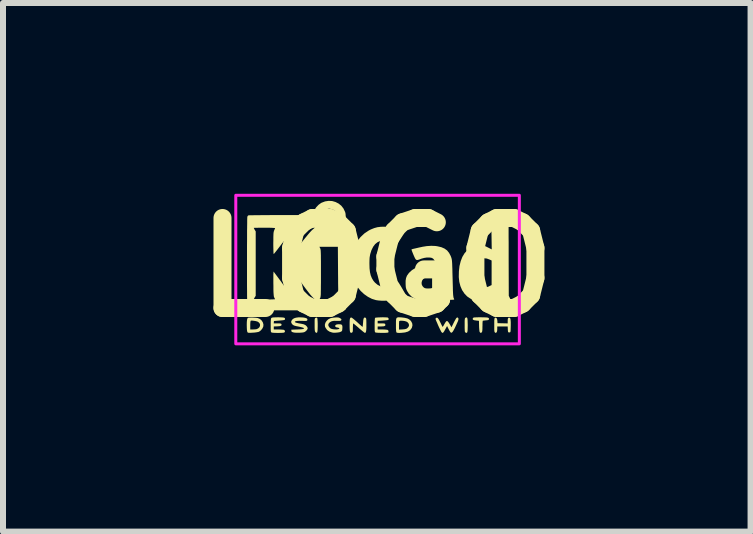
<source format=kicad_pcb>
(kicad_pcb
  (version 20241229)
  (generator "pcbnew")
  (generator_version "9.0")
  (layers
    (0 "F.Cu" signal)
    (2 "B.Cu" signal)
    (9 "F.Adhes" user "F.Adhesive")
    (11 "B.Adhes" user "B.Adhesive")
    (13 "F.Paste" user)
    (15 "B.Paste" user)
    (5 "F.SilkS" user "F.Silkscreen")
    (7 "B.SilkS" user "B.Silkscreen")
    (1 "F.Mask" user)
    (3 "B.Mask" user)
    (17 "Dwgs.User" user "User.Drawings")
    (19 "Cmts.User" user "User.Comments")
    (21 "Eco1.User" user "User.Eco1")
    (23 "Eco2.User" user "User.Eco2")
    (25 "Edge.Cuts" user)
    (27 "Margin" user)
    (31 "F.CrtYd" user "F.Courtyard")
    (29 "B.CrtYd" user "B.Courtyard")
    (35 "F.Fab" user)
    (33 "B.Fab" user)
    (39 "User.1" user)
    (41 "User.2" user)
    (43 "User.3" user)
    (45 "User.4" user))
  (footprint "LOGO"
    (layer "F.Cu")
    (at 3.229 1.404)
    (property "Reference" "LOGO" (at 0 0 0) (layer "F.SilkS") (effects (font (size 1.5 1.5) (thickness 0.3))))
    (attr board_only exclude_from_pos_files exclude_from_bom)
    (fp_poly (pts (xy -0.994 0.843) (xy -0.993 0.844) (xy -0.99 0.855) (xy -0.988 0.877) (xy -0.986 0.908) (xy -0.985 0.943) (xy -0.985 0.981) (xy -0.986 1.016) (xy -0.987 1.048) (xy -0.99 1.071) (xy -0.993 1.083) (xy -0.993 1.084) (xy -1.005 1.093) (xy -1.015 1.09) (xy -1.025 1.078) (xy -1.03 1.069) (xy -1.033 1.054) (xy -1.035 1.031) (xy -1.036 0.998) (xy -1.036 0.956) (xy -1.036 0.915) (xy -1.036 0.886) (xy -1.035 0.867) (xy -1.032 0.855) (xy -1.028 0.848) (xy -1.023 0.844) (xy -1.019 0.842) (xy -1.003 0.838)) (stroke (width 0) (type solid)) (fill yes) (layer "F.SilkS"))
    (fp_poly (pts (xy 1.5 0.836) (xy 1.507 0.845) (xy 1.511 0.862) (xy 1.513 0.889) (xy 1.514 0.929) (xy 1.515 0.963) (xy 1.514 1.012) (xy 1.513 1.048) (xy 1.51 1.073) (xy 1.505 1.087) (xy 1.497 1.093) (xy 1.487 1.092) (xy 1.477 1.086) (xy 1.472 1.082) (xy 1.468 1.075) (xy 1.466 1.061) (xy 1.465 1.04) (xy 1.464 1.009) (xy 1.464 0.966) (xy 1.464 0.964) (xy 1.464 0.92) (xy 1.464 0.889) (xy 1.466 0.868) (xy 1.468 0.855) (xy 1.471 0.847) (xy 1.476 0.842) (xy 1.479 0.84) (xy 1.491 0.835)) (stroke (width 0) (type solid)) (fill yes) (layer "F.SilkS"))
    (fp_poly (pts (xy 1.78 0.834) (xy 1.817 0.835) (xy 1.842 0.837) (xy 1.858 0.842) (xy 1.867 0.848) (xy 1.869 0.857) (xy 1.868 0.867) (xy 1.864 0.875) (xy 1.853 0.88) (xy 1.832 0.883) (xy 1.818 0.884) (xy 1.793 0.887) (xy 1.774 0.889) (xy 1.765 0.892) (xy 1.764 0.9) (xy 1.762 0.92) (xy 1.761 0.949) (xy 1.761 0.983) (xy 1.76 0.984) (xy 1.76 1.025) (xy 1.758 1.053) (xy 1.755 1.072) (xy 1.75 1.082) (xy 1.749 1.084) (xy 1.735 1.093) (xy 1.724 1.09) (xy 1.717 1.082) (xy 1.711 1.07) (xy 1.708 1.045) (xy 1.705 1.008) (xy 1.704 0.981) (xy 1.702 0.892) (xy 1.655 0.887) (xy 1.623 0.882) (xy 1.604 0.874) (xy 1.597 0.863) (xy 1.601 0.848) (xy 1.605 0.843) (xy 1.611 0.839) (xy 1.621 0.836) (xy 1.637 0.835) (xy 1.662 0.834) (xy 1.697 0.833) (xy 1.731 0.833)) (stroke (width 0) (type solid)) (fill yes) (layer "F.SilkS"))
    (fp_poly (pts (xy 0.39 0.834) (xy 0.413 0.835) (xy 0.466 0.842) (xy 0.508 0.852) (xy 0.541 0.869) (xy 0.566 0.892) (xy 0.57 0.897) (xy 0.589 0.932) (xy 0.594 0.967) (xy 0.585 1.004) (xy 0.58 1.015) (xy 0.555 1.048) (xy 0.52 1.071) (xy 0.473 1.085) (xy 0.459 1.087) (xy 0.412 1.092) (xy 0.374 1.094) (xy 0.345 1.092) (xy 0.329 1.087) (xy 0.328 1.086) (xy 0.324 1.076) (xy 0.321 1.054) (xy 0.319 1.019) (xy 0.319 0.973) (xy 0.37 0.973) (xy 0.37 1.038) (xy 0.428 1.035) (xy 0.463 1.032) (xy 0.488 1.026) (xy 0.504 1.018) (xy 0.505 1.017) (xy 0.528 0.993) (xy 0.537 0.967) (xy 0.532 0.941) (xy 0.513 0.917) (xy 0.506 0.911) (xy 0.489 0.903) (xy 0.465 0.896) (xy 0.438 0.892) (xy 0.411 0.89) (xy 0.389 0.891) (xy 0.376 0.895) (xy 0.373 0.897) (xy 0.372 0.909) (xy 0.37 0.93) (xy 0.37 0.959) (xy 0.37 0.973) (xy 0.319 0.973) (xy 0.319 0.971) (xy 0.319 0.963) (xy 0.319 0.916) (xy 0.32 0.881) (xy 0.324 0.858) (xy 0.331 0.843) (xy 0.344 0.836) (xy 0.363 0.833)) (stroke (width 0) (type solid)) (fill yes) (layer "F.SilkS"))
    (fp_poly (pts (xy 2.22 0.847) (xy 2.225 0.854) (xy 2.228 0.867) (xy 2.23 0.885) (xy 2.232 0.914) (xy 2.232 0.953) (xy 2.232 0.964) (xy 2.231 1.002) (xy 2.23 1.036) (xy 2.229 1.061) (xy 2.226 1.076) (xy 2.226 1.079) (xy 2.214 1.085) (xy 2.202 1.086) (xy 2.193 1.083) (xy 2.188 1.077) (xy 2.185 1.063) (xy 2.183 1.039) (xy 2.183 1.034) (xy 2.181 0.986) (xy 2.094 0.986) (xy 2.007 0.986) (xy 2.007 1.029) (xy 2.005 1.06) (xy 1.999 1.079) (xy 1.996 1.083) (xy 1.986 1.092) (xy 1.983 1.094) (xy 1.977 1.091) (xy 1.969 1.086) (xy 1.965 1.082) (xy 1.961 1.075) (xy 1.959 1.061) (xy 1.957 1.04) (xy 1.957 1.009) (xy 1.957 0.966) (xy 1.957 0.964) (xy 1.957 0.92) (xy 1.957 0.889) (xy 1.959 0.868) (xy 1.961 0.854) (xy 1.964 0.846) (xy 1.969 0.842) (xy 1.97 0.841) (xy 1.985 0.839) (xy 1.998 0.85) (xy 2.006 0.873) (xy 2.009 0.895) (xy 2.011 0.931) (xy 2.096 0.933) (xy 2.181 0.935) (xy 2.181 0.892) (xy 2.182 0.866) (xy 2.186 0.851) (xy 2.193 0.843) (xy 2.195 0.841) (xy 2.208 0.838)) (stroke (width 0) (type solid)) (fill yes) (layer "F.SilkS"))
    (fp_poly (pts (xy -2.08 0.837) (xy -2.045 0.839) (xy -2.013 0.841) (xy -1.987 0.845) (xy -1.98 0.847) (xy -1.945 0.863) (xy -1.917 0.889) (xy -1.898 0.921) (xy -1.889 0.956) (xy -1.892 0.988) (xy -1.907 1.02) (xy -1.931 1.05) (xy -1.96 1.072) (xy -1.966 1.075) (xy -1.982 1.079) (xy -2.009 1.084) (xy -2.042 1.088) (xy -2.076 1.09) (xy -2.108 1.092) (xy -2.134 1.091) (xy -2.146 1.09) (xy -2.154 1.084) (xy -2.16 1.069) (xy -2.164 1.045) (xy -2.166 1.01) (xy -2.167 0.965) (xy -2.109 0.965) (xy -2.109 1.036) (xy -2.07 1.036) (xy -2.043 1.035) (xy -2.018 1.033) (xy -2.008 1.032) (xy -1.979 1.02) (xy -1.958 1.001) (xy -1.947 0.978) (xy -1.946 0.953) (xy -1.956 0.929) (xy -1.978 0.91) (xy -1.981 0.908) (xy -2 0.901) (xy -2.025 0.895) (xy -2.054 0.891) (xy -2.079 0.888) (xy -2.097 0.889) (xy -2.1 0.89) (xy -2.104 0.897) (xy -2.107 0.915) (xy -2.109 0.946) (xy -2.109 0.965) (xy -2.167 0.965) (xy -2.167 0.961) (xy -2.167 0.953) (xy -2.166 0.91) (xy -2.163 0.878) (xy -2.158 0.858) (xy -2.157 0.855) (xy -2.152 0.847) (xy -2.146 0.841) (xy -2.134 0.839) (xy -2.114 0.838) (xy -2.084 0.837)) (stroke (width 0) (type solid)) (fill yes) (layer "F.SilkS"))
    (fp_poly (pts (xy 0.134 0.834) (xy 0.161 0.835) (xy 0.18 0.837) (xy 0.185 0.839) (xy 0.196 0.852) (xy 0.198 0.867) (xy 0.193 0.875) (xy 0.183 0.879) (xy 0.162 0.882) (xy 0.132 0.885) (xy 0.1 0.888) (xy 0.014 0.893) (xy 0.014 0.914) (xy 0.014 0.935) (xy 0.076 0.935) (xy 0.106 0.935) (xy 0.124 0.937) (xy 0.135 0.94) (xy 0.14 0.946) (xy 0.141 0.95) (xy 0.143 0.966) (xy 0.135 0.976) (xy 0.117 0.983) (xy 0.086 0.985) (xy 0.072 0.986) (xy 0.014 0.986) (xy 0.014 1.011) (xy 0.014 1.036) (xy 0.091 1.036) (xy 0.124 1.037) (xy 0.153 1.039) (xy 0.174 1.042) (xy 0.182 1.044) (xy 0.192 1.055) (xy 0.195 1.07) (xy 0.193 1.084) (xy 0.187 1.088) (xy 0.173 1.09) (xy 0.149 1.092) (xy 0.117 1.093) (xy 0.083 1.093) (xy 0.048 1.092) (xy 0.017 1.091) (xy -0.007 1.089) (xy -0.02 1.087) (xy -0.02 1.087) (xy -0.026 1.084) (xy -0.03 1.079) (xy -0.033 1.07) (xy -0.035 1.055) (xy -0.036 1.032) (xy -0.036 0.998) (xy -0.036 0.966) (xy -0.036 0.915) (xy -0.034 0.879) (xy -0.032 0.855) (xy -0.028 0.843) (xy -0.028 0.842) (xy -0.017 0.839) (xy 0.004 0.837) (xy 0.033 0.835) (xy 0.066 0.834) (xy 0.101 0.833)) (stroke (width 0) (type solid)) (fill yes) (layer "F.SilkS"))
    (fp_poly (pts (xy -1.601 0.834) (xy -1.568 0.836) (xy -1.547 0.839) (xy -1.535 0.845) (xy -1.53 0.854) (xy -1.53 0.866) (xy -1.53 0.867) (xy -1.533 0.873) (xy -1.541 0.877) (xy -1.555 0.881) (xy -1.579 0.884) (xy -1.615 0.887) (xy -1.623 0.888) (xy -1.714 0.895) (xy -1.716 0.915) (xy -1.718 0.935) (xy -1.656 0.935) (xy -1.625 0.935) (xy -1.605 0.937) (xy -1.594 0.941) (xy -1.589 0.947) (xy -1.589 0.947) (xy -1.587 0.962) (xy -1.595 0.973) (xy -1.614 0.98) (xy -1.645 0.983) (xy -1.658 0.984) (xy -1.717 0.986) (xy -1.717 1.011) (xy -1.717 1.036) (xy -1.642 1.036) (xy -1.608 1.037) (xy -1.578 1.039) (xy -1.556 1.041) (xy -1.548 1.043) (xy -1.533 1.055) (xy -1.53 1.07) (xy -1.538 1.083) (xy -1.543 1.087) (xy -1.556 1.09) (xy -1.58 1.092) (xy -1.611 1.093) (xy -1.646 1.094) (xy -1.682 1.093) (xy -1.713 1.092) (xy -1.738 1.09) (xy -1.752 1.087) (xy -1.758 1.084) (xy -1.762 1.079) (xy -1.765 1.07) (xy -1.767 1.055) (xy -1.768 1.032) (xy -1.768 0.997) (xy -1.768 0.968) (xy -1.768 0.924) (xy -1.767 0.892) (xy -1.765 0.87) (xy -1.763 0.856) (xy -1.759 0.847) (xy -1.757 0.845) (xy -1.749 0.84) (xy -1.737 0.837) (xy -1.717 0.835) (xy -1.687 0.834) (xy -1.645 0.833) (xy -1.645 0.833)) (stroke (width 0) (type solid)) (fill yes) (layer "F.SilkS"))
    (fp_poly (pts (xy -0.639 0.837) (xy -0.621 0.843) (xy -0.616 0.846) (xy -0.597 0.858) (xy -0.589 0.869) (xy -0.593 0.882) (xy -0.594 0.884) (xy -0.601 0.889) (xy -0.613 0.892) (xy -0.635 0.893) (xy -0.666 0.893) (xy -0.702 0.892) (xy -0.728 0.894) (xy -0.748 0.899) (xy -0.763 0.904) (xy -0.791 0.923) (xy -0.807 0.945) (xy -0.808 0.97) (xy -0.796 0.995) (xy -0.774 1.017) (xy -0.755 1.026) (xy -0.73 1.032) (xy -0.701 1.035) (xy -0.673 1.036) (xy -0.648 1.033) (xy -0.631 1.028) (xy -0.623 1.019) (xy -0.623 1.019) (xy -0.63 1.011) (xy -0.649 1.005) (xy -0.655 1.004) (xy -0.678 0.999) (xy -0.69 0.99) (xy -0.693 0.984) (xy -0.692 0.967) (xy -0.678 0.956) (xy -0.651 0.95) (xy -0.63 0.949) (xy -0.602 0.951) (xy -0.585 0.957) (xy -0.576 0.971) (xy -0.573 0.994) (xy -0.574 1.015) (xy -0.576 1.041) (xy -0.579 1.056) (xy -0.586 1.066) (xy -0.598 1.073) (xy -0.621 1.082) (xy -0.653 1.087) (xy -0.689 1.09) (xy -0.724 1.09) (xy -0.744 1.087) (xy -0.791 1.071) (xy -0.827 1.046) (xy -0.853 1.01) (xy -0.863 0.989) (xy -0.866 0.958) (xy -0.857 0.925) (xy -0.838 0.895) (xy -0.812 0.869) (xy -0.779 0.851) (xy -0.77 0.848) (xy -0.748 0.843) (xy -0.719 0.839) (xy -0.692 0.836) (xy -0.661 0.835)) (stroke (width 0) (type solid)) (fill yes) (layer "F.SilkS"))
    (fp_poly (pts (xy 1.351 0.84) (xy 1.358 0.848) (xy 1.361 0.86) (xy 1.359 0.875) (xy 1.352 0.898) (xy 1.338 0.929) (xy 1.319 0.971) (xy 1.296 1.019) (xy 1.277 1.054) (xy 1.262 1.077) (xy 1.249 1.089) (xy 1.238 1.09) (xy 1.226 1.081) (xy 1.214 1.062) (xy 1.199 1.034) (xy 1.198 1.033) (xy 1.171 0.979) (xy 1.142 1.031) (xy 1.124 1.064) (xy 1.11 1.084) (xy 1.099 1.093) (xy 1.089 1.091) (xy 1.079 1.081) (xy 1.072 1.071) (xy 1.063 1.053) (xy 1.05 1.027) (xy 1.035 0.996) (xy 1.02 0.963) (xy 1.006 0.929) (xy 0.993 0.9) (xy 0.983 0.876) (xy 0.979 0.862) (xy 0.978 0.859) (xy 0.984 0.847) (xy 0.992 0.841) (xy 1.003 0.839) (xy 1.014 0.845) (xy 1.027 0.86) (xy 1.042 0.886) (xy 1.061 0.924) (xy 1.065 0.932) (xy 1.078 0.959) (xy 1.088 0.979) (xy 1.095 0.991) (xy 1.097 0.993) (xy 1.102 0.987) (xy 1.112 0.972) (xy 1.124 0.95) (xy 1.126 0.947) (xy 1.14 0.923) (xy 1.153 0.905) (xy 1.163 0.896) (xy 1.163 0.896) (xy 1.174 0.896) (xy 1.186 0.906) (xy 1.202 0.927) (xy 1.222 0.96) (xy 1.222 0.96) (xy 1.244 1) (xy 1.277 0.933) (xy 1.292 0.903) (xy 1.307 0.876) (xy 1.319 0.855) (xy 1.324 0.848) (xy 1.336 0.837) (xy 1.344 0.836)) (stroke (width 0) (type solid)) (fill yes) (layer "F.SilkS"))
    (fp_poly (pts (xy -1.231 0.836) (xy -1.195 0.842) (xy -1.169 0.851) (xy -1.157 0.864) (xy -1.157 0.88) (xy -1.158 0.882) (xy -1.163 0.888) (xy -1.17 0.892) (xy -1.183 0.894) (xy -1.204 0.894) (xy -1.235 0.893) (xy -1.248 0.893) (xy -1.295 0.892) (xy -1.33 0.894) (xy -1.354 0.899) (xy -1.366 0.905) (xy -1.364 0.913) (xy -1.36 0.917) (xy -1.346 0.923) (xy -1.323 0.929) (xy -1.296 0.935) (xy -1.295 0.935) (xy -1.264 0.94) (xy -1.235 0.946) (xy -1.215 0.951) (xy -1.19 0.963) (xy -1.169 0.982) (xy -1.155 1.004) (xy -1.152 1.018) (xy -1.158 1.035) (xy -1.173 1.055) (xy -1.193 1.072) (xy -1.21 1.081) (xy -1.231 1.086) (xy -1.262 1.089) (xy -1.298 1.091) (xy -1.335 1.091) (xy -1.368 1.089) (xy -1.391 1.085) (xy -1.412 1.078) (xy -1.421 1.071) (xy -1.424 1.059) (xy -1.424 1.058) (xy -1.424 1.04) (xy -1.325 1.036) (xy -1.279 1.034) (xy -1.245 1.031) (xy -1.224 1.027) (xy -1.217 1.024) (xy -1.214 1.017) (xy -1.22 1.01) (xy -1.237 1.004) (xy -1.266 0.996) (xy -1.308 0.987) (xy -1.314 0.986) (xy -1.349 0.979) (xy -1.374 0.972) (xy -1.391 0.964) (xy -1.405 0.954) (xy -1.406 0.953) (xy -1.424 0.928) (xy -1.427 0.904) (xy -1.415 0.879) (xy -1.407 0.87) (xy -1.382 0.851) (xy -1.348 0.84) (xy -1.305 0.834) (xy -1.279 0.834)) (stroke (width 0) (type solid)) (fill yes) (layer "F.SilkS"))
    (fp_poly (pts (xy -0.411 0.844) (xy -0.401 0.852) (xy -0.384 0.865) (xy -0.361 0.885) (xy -0.333 0.909) (xy -0.307 0.933) (xy -0.282 0.956) (xy -0.26 0.975) (xy -0.245 0.988) (xy -0.238 0.993) (xy -0.238 0.993) (xy -0.236 0.986) (xy -0.233 0.968) (xy -0.231 0.942) (xy -0.229 0.922) (xy -0.226 0.882) (xy -0.22 0.855) (xy -0.212 0.841) (xy -0.201 0.837) (xy -0.187 0.841) (xy -0.182 0.845) (xy -0.179 0.852) (xy -0.176 0.864) (xy -0.175 0.884) (xy -0.174 0.913) (xy -0.174 0.954) (xy -0.174 0.959) (xy -0.174 1.009) (xy -0.176 1.046) (xy -0.18 1.071) (xy -0.185 1.086) (xy -0.193 1.092) (xy -0.203 1.091) (xy -0.207 1.089) (xy -0.217 1.081) (xy -0.236 1.066) (xy -0.261 1.045) (xy -0.29 1.021) (xy -0.304 1.008) (xy -0.333 0.983) (xy -0.359 0.961) (xy -0.379 0.945) (xy -0.391 0.936) (xy -0.393 0.935) (xy -0.395 0.942) (xy -0.397 0.96) (xy -0.398 0.986) (xy -0.399 1.007) (xy -0.399 1.041) (xy -0.4 1.062) (xy -0.403 1.076) (xy -0.407 1.083) (xy -0.413 1.087) (xy -0.426 1.093) (xy -0.434 1.091) (xy -0.443 1.082) (xy -0.447 1.073) (xy -0.45 1.056) (xy -0.452 1.029) (xy -0.453 0.991) (xy -0.453 0.963) (xy -0.453 0.92) (xy -0.452 0.889) (xy -0.45 0.869) (xy -0.447 0.855) (xy -0.443 0.846) (xy -0.441 0.843) (xy -0.432 0.837) (xy -0.424 0.837)) (stroke (width 0) (type solid)) (fill yes) (layer "F.SilkS"))
    (fp_poly (pts (xy 0.16 -0.675) (xy 0.191 -0.673) (xy 0.22 -0.667) (xy 0.251 -0.659) (xy 0.265 -0.654) (xy 0.298 -0.643) (xy 0.333 -0.629) (xy 0.368 -0.615) (xy 0.401 -0.601) (xy 0.428 -0.588) (xy 0.447 -0.578) (xy 0.456 -0.571) (xy 0.456 -0.57) (xy 0.453 -0.563) (xy 0.442 -0.546) (xy 0.427 -0.522) (xy 0.409 -0.494) (xy 0.389 -0.464) (xy 0.369 -0.434) (xy 0.351 -0.408) (xy 0.336 -0.386) (xy 0.326 -0.373) (xy 0.322 -0.37) (xy 0.315 -0.374) (xy 0.3 -0.384) (xy 0.279 -0.399) (xy 0.276 -0.401) (xy 0.234 -0.427) (xy 0.193 -0.443) (xy 0.148 -0.449) (xy 0.114 -0.448) (xy 0.059 -0.439) (xy 0.012 -0.418) (xy -0.028 -0.386) (xy -0.061 -0.342) (xy -0.089 -0.286) (xy -0.109 -0.222) (xy -0.115 -0.192) (xy -0.12 -0.161) (xy -0.122 -0.125) (xy -0.123 -0.079) (xy -0.123 -0.058) (xy -0.121 0.018) (xy -0.114 0.081) (xy -0.101 0.136) (xy -0.082 0.182) (xy -0.057 0.224) (xy -0.031 0.255) (xy 0.013 0.292) (xy 0.062 0.317) (xy 0.115 0.328) (xy 0.169 0.326) (xy 0.225 0.311) (xy 0.28 0.283) (xy 0.317 0.257) (xy 0.347 0.232) (xy 0.361 0.252) (xy 0.373 0.27) (xy 0.388 0.295) (xy 0.406 0.324) (xy 0.424 0.355) (xy 0.441 0.385) (xy 0.456 0.411) (xy 0.466 0.431) (xy 0.471 0.441) (xy 0.471 0.442) (xy 0.465 0.449) (xy 0.447 0.46) (xy 0.421 0.474) (xy 0.39 0.49) (xy 0.355 0.505) (xy 0.319 0.52) (xy 0.285 0.533) (xy 0.256 0.542) (xy 0.238 0.547) (xy 0.19 0.553) (xy 0.136 0.557) (xy 0.079 0.557) (xy 0.026 0.553) (xy -0.014 0.547) (xy -0.082 0.526) (xy -0.148 0.492) (xy -0.212 0.447) (xy -0.269 0.394) (xy -0.319 0.333) (xy -0.327 0.321) (xy -0.368 0.246) (xy -0.399 0.163) (xy -0.419 0.075) (xy -0.429 -0.016) (xy -0.429 -0.108) (xy -0.418 -0.198) (xy -0.397 -0.285) (xy -0.365 -0.366) (xy -0.326 -0.436) (xy -0.27 -0.505) (xy -0.206 -0.565) (xy -0.134 -0.613) (xy -0.099 -0.631) (xy -0.044 -0.653) (xy 0.01 -0.668) (xy 0.068 -0.675) (xy 0.12 -0.676)) (stroke (width 0) (type solid)) (fill yes) (layer "F.SilkS"))
    (fp_poly (pts (xy 2.094 -0.732) (xy 2.135 -0.731) (xy 2.164 -0.73) (xy 2.183 -0.728) (xy 2.193 -0.726) (xy 2.196 -0.723) (xy 2.196 -0.714) (xy 2.196 -0.692) (xy 2.196 -0.658) (xy 2.196 -0.613) (xy 2.196 -0.557) (xy 2.196 -0.493) (xy 2.197 -0.42) (xy 2.197 -0.341) (xy 2.197 -0.256) (xy 2.197 -0.166) (xy 2.197 -0.12) (xy 2.199 0.475) (xy 2.215 0.509) (xy 2.231 0.544) (xy 2.079 0.544) (xy 1.928 0.544) (xy 1.928 0.511) (xy 1.928 0.478) (xy 1.894 0.501) (xy 1.866 0.517) (xy 1.836 0.533) (xy 1.823 0.538) (xy 1.79 0.547) (xy 1.748 0.553) (xy 1.703 0.555) (xy 1.661 0.554) (xy 1.626 0.549) (xy 1.623 0.548) (xy 1.561 0.523) (xy 1.506 0.486) (xy 1.46 0.438) (xy 1.421 0.38) (xy 1.393 0.314) (xy 1.374 0.241) (xy 1.366 0.163) (xy 1.367 0.112) (xy 1.663 0.112) (xy 1.663 0.156) (xy 1.664 0.188) (xy 1.665 0.212) (xy 1.668 0.229) (xy 1.672 0.244) (xy 1.678 0.258) (xy 1.684 0.27) (xy 1.708 0.306) (xy 1.738 0.329) (xy 1.775 0.339) (xy 1.817 0.336) (xy 1.864 0.32) (xy 1.872 0.316) (xy 1.913 0.296) (xy 1.913 0.091) (xy 1.913 -0.113) (xy 1.879 -0.129) (xy 1.833 -0.146) (xy 1.791 -0.15) (xy 1.753 -0.142) (xy 1.721 -0.122) (xy 1.708 -0.108) (xy 1.692 -0.083) (xy 1.68 -0.056) (xy 1.672 -0.024) (xy 1.666 0.014) (xy 1.664 0.062) (xy 1.663 0.112) (xy 1.367 0.112) (xy 1.368 0.067) (xy 1.378 -0.022) (xy 1.398 -0.102) (xy 1.425 -0.172) (xy 1.461 -0.232) (xy 1.504 -0.282) (xy 1.555 -0.319) (xy 1.571 -0.328) (xy 1.591 -0.337) (xy 1.608 -0.344) (xy 1.625 -0.348) (xy 1.645 -0.35) (xy 1.673 -0.351) (xy 1.711 -0.351) (xy 1.715 -0.351) (xy 1.81 -0.351) (xy 1.862 -0.325) (xy 1.915 -0.298) (xy 1.912 -0.492) (xy 1.911 -0.551) (xy 1.91 -0.598) (xy 1.909 -0.633) (xy 1.907 -0.66) (xy 1.905 -0.678) (xy 1.903 -0.692) (xy 1.899 -0.701) (xy 1.897 -0.705) (xy 1.888 -0.72) (xy 1.884 -0.728) (xy 1.884 -0.728) (xy 1.891 -0.729) (xy 1.91 -0.73) (xy 1.94 -0.731) (xy 1.978 -0.732) (xy 2.022 -0.732) (xy 2.04 -0.732)) (stroke (width 0) (type solid)) (fill yes) (layer "F.SilkS"))
    (fp_poly (pts (xy 0.979 -0.355) (xy 1.01 -0.35) (xy 1.075 -0.335) (xy 1.128 -0.312) (xy 1.171 -0.281) (xy 1.204 -0.24) (xy 1.231 -0.189) (xy 1.24 -0.165) (xy 1.244 -0.153) (xy 1.247 -0.141) (xy 1.25 -0.126) (xy 1.252 -0.109) (xy 1.254 -0.086) (xy 1.256 -0.056) (xy 1.257 -0.019) (xy 1.259 0.027) (xy 1.26 0.085) (xy 1.262 0.155) (xy 1.263 0.185) (xy 1.265 0.264) (xy 1.267 0.331) (xy 1.268 0.385) (xy 1.27 0.428) (xy 1.272 0.461) (xy 1.275 0.484) (xy 1.277 0.5) (xy 1.28 0.51) (xy 1.28 0.51) (xy 1.287 0.527) (xy 1.29 0.537) (xy 1.29 0.537) (xy 1.283 0.539) (xy 1.264 0.541) (xy 1.234 0.542) (xy 1.197 0.543) (xy 1.154 0.543) (xy 1.145 0.544) (xy 1 0.544) (xy 0.999 0.516) (xy 0.999 0.497) (xy 0.999 0.485) (xy 0.999 0.484) (xy 0.996 0.478) (xy 0.987 0.481) (xy 0.979 0.489) (xy 0.961 0.504) (xy 0.933 0.52) (xy 0.901 0.535) (xy 0.868 0.546) (xy 0.865 0.547) (xy 0.819 0.555) (xy 0.769 0.557) (xy 0.721 0.553) (xy 0.696 0.548) (xy 0.632 0.523) (xy 0.579 0.488) (xy 0.535 0.443) (xy 0.506 0.397) (xy 0.495 0.374) (xy 0.488 0.353) (xy 0.483 0.331) (xy 0.481 0.301) (xy 0.48 0.279) (xy 0.48 0.264) (xy 0.746 0.264) (xy 0.75 0.291) (xy 0.762 0.314) (xy 0.766 0.319) (xy 0.783 0.337) (xy 0.8 0.347) (xy 0.822 0.352) (xy 0.853 0.353) (xy 0.867 0.353) (xy 0.896 0.351) (xy 0.916 0.347) (xy 0.932 0.34) (xy 0.947 0.329) (xy 0.975 0.306) (xy 0.977 0.228) (xy 0.979 0.15) (xy 0.907 0.154) (xy 0.871 0.156) (xy 0.845 0.159) (xy 0.826 0.165) (xy 0.808 0.173) (xy 0.803 0.176) (xy 0.772 0.198) (xy 0.754 0.223) (xy 0.747 0.252) (xy 0.746 0.264) (xy 0.48 0.264) (xy 0.48 0.224) (xy 0.487 0.18) (xy 0.502 0.141) (xy 0.526 0.106) (xy 0.55 0.079) (xy 0.589 0.045) (xy 0.633 0.018) (xy 0.684 -0.003) (xy 0.743 -0.018) (xy 0.813 -0.028) (xy 0.889 -0.034) (xy 0.986 -0.038) (xy 0.981 -0.065) (xy 0.968 -0.105) (xy 0.944 -0.138) (xy 0.932 -0.148) (xy 0.908 -0.159) (xy 0.874 -0.163) (xy 0.833 -0.163) (xy 0.789 -0.156) (xy 0.745 -0.144) (xy 0.739 -0.142) (xy 0.706 -0.129) (xy 0.681 -0.122) (xy 0.664 -0.122) (xy 0.651 -0.129) (xy 0.639 -0.146) (xy 0.626 -0.173) (xy 0.611 -0.207) (xy 0.598 -0.239) (xy 0.587 -0.267) (xy 0.58 -0.287) (xy 0.578 -0.298) (xy 0.579 -0.298) (xy 0.588 -0.302) (xy 0.607 -0.307) (xy 0.633 -0.313) (xy 0.638 -0.314) (xy 0.672 -0.322) (xy 0.712 -0.331) (xy 0.751 -0.339) (xy 0.757 -0.341) (xy 0.832 -0.353) (xy 0.907 -0.358)) (stroke (width 0) (type solid)) (fill yes) (layer "F.SilkS"))
    (fp_poly (pts (xy -0.744 -1.104) (xy -0.688 -1.088) (xy -0.637 -1.062) (xy -0.592 -1.026) (xy -0.556 -0.98) (xy -0.53 -0.925) (xy -0.529 -0.924) (xy -0.527 -0.917) (xy -0.525 -0.91) (xy -0.523 -0.901) (xy -0.521 -0.891) (xy -0.52 -0.877) (xy -0.519 -0.859) (xy -0.518 -0.837) (xy -0.517 -0.81) (xy -0.516 -0.776) (xy -0.516 -0.735) (xy -0.515 -0.686) (xy -0.515 -0.628) (xy -0.515 -0.56) (xy -0.515 -0.482) (xy -0.515 -0.392) (xy -0.515 -0.29) (xy -0.515 -0.175) (xy -0.515 -0.093) (xy -0.515 0.695) (xy -0.531 0.706) (xy -0.534 0.708) (xy -0.541 0.71) (xy -0.55 0.711) (xy -0.564 0.712) (xy -0.582 0.713) (xy -0.607 0.714) (xy -0.638 0.715) (xy -0.676 0.716) (xy -0.722 0.716) (xy -0.777 0.717) (xy -0.842 0.717) (xy -0.917 0.717) (xy -1.004 0.717) (xy -1.103 0.717) (xy -1.214 0.717) (xy -1.339 0.717) (xy -1.346 0.717) (xy -2.145 0.717) (xy -2.154 0.701) (xy -2.155 0.696) (xy -2.157 0.685) (xy -2.158 0.668) (xy -2.159 0.645) (xy -2.16 0.613) (xy -2.161 0.574) (xy -2.161 0.525) (xy -2.162 0.467) (xy -2.162 0.398) (xy -2.163 0.318) (xy -2.163 0.226) (xy -2.163 0.122) (xy -2.163 0.004) (xy -2.163 -0.069) (xy -2.163 -0.172) (xy -2.163 -0.272) (xy -2.163 -0.367) (xy -2.162 -0.456) (xy -2.162 -0.539) (xy -2.162 -0.613) (xy -2.161 -0.656) (xy -2.051 -0.656) (xy -2.047 -0.649) (xy -2.039 -0.633) (xy -2.035 -0.625) (xy -2.018 -0.598) (xy -2.018 -0.062) (xy -2.018 0.475) (xy -2.035 0.502) (xy -2.044 0.52) (xy -2.05 0.531) (xy -2.051 0.533) (xy -2.044 0.534) (xy -2.024 0.535) (xy -1.994 0.535) (xy -1.956 0.536) (xy -1.911 0.536) (xy -1.873 0.536) (xy -1.824 0.536) (xy -1.78 0.536) (xy -1.744 0.535) (xy -1.716 0.534) (xy -1.7 0.533) (xy -1.696 0.532) (xy -1.699 0.524) (xy -1.707 0.508) (xy -1.708 0.505) (xy -1.713 0.496) (xy -1.716 0.483) (xy -1.718 0.466) (xy -1.72 0.442) (xy -1.722 0.41) (xy -1.723 0.366) (xy -1.723 0.312) (xy -1.724 0.261) (xy -1.724 0.213) (xy -1.724 0.171) (xy -1.724 0.137) (xy -1.724 0.113) (xy -1.723 0.106) (xy -1.721 0.07) (xy -1.651 0.164) (xy -1.6 0.233) (xy -1.558 0.291) (xy -1.522 0.341) (xy -1.494 0.382) (xy -1.473 0.416) (xy -1.456 0.444) (xy -1.445 0.467) (xy -1.438 0.487) (xy -1.435 0.503) (xy -1.435 0.511) (xy -1.435 0.536) (xy -1.234 0.536) (xy -1.033 0.536) (xy -0.957 0.536) (xy -0.79 0.536) (xy -0.743 0.536) (xy -0.7 0.536) (xy -0.666 0.535) (xy -0.64 0.534) (xy -0.626 0.533) (xy -0.623 0.532) (xy -0.626 0.524) (xy -0.633 0.509) (xy -0.636 0.502) (xy -0.637 0.491) (xy -0.639 0.473) (xy -0.641 0.449) (xy -0.642 0.417) (xy -0.643 0.376) (xy -0.644 0.325) (xy -0.645 0.262) (xy -0.645 0.188) (xy -0.646 0.101) (xy -0.646 0.074) (xy -0.649 -0.341) (xy -0.803 -0.341) (xy -0.957 -0.341) (xy -0.944 -0.317) (xy -0.941 -0.311) (xy -0.939 -0.303) (xy -0.937 -0.293) (xy -0.935 -0.278) (xy -0.934 -0.258) (xy -0.933 -0.232) (xy -0.932 -0.198) (xy -0.932 -0.155) (xy -0.931 -0.102) (xy -0.931 -0.038) (xy -0.931 0.038) (xy -0.931 0.098) (xy -0.931 0.184) (xy -0.931 0.256) (xy -0.932 0.316) (xy -0.932 0.366) (xy -0.933 0.406) (xy -0.933 0.437) (xy -0.934 0.461) (xy -0.936 0.479) (xy -0.938 0.492) (xy -0.94 0.502) (xy -0.942 0.509) (xy -0.944 0.513) (xy -0.957 0.536) (xy -1.033 0.536) (xy -1.07 0.498) (xy -1.087 0.48) (xy -1.107 0.457) (xy -1.13 0.428) (xy -1.157 0.393) (xy -1.189 0.351) (xy -1.226 0.301) (xy -1.269 0.242) (xy -1.318 0.173) (xy -1.375 0.094) (xy -1.404 0.053) (xy -1.435 0.009) (xy -1.459 -0.025) (xy -1.476 -0.05) (xy -1.487 -0.067) (xy -1.495 -0.08) (xy -1.498 -0.088) (xy -1.5 -0.094) (xy -1.5 -0.097) (xy -1.496 -0.104) (xy -1.483 -0.122) (xy -1.464 -0.148) (xy -1.438 -0.182) (xy -1.408 -0.221) (xy -1.374 -0.264) (xy -1.35 -0.294) (xy -1.294 -0.364) (xy -1.247 -0.422) (xy -1.207 -0.472) (xy -1.173 -0.513) (xy -1.146 -0.546) (xy -1.123 -0.573) (xy -1.104 -0.594) (xy -1.088 -0.611) (xy -1.075 -0.624) (xy -1.064 -0.633) (xy -1.034 -0.659) (xy -1.231 -0.659) (xy -1.428 -0.659) (xy -1.428 -0.636) (xy -1.431 -0.616) (xy -1.44 -0.591) (xy -1.448 -0.576) (xy -1.456 -0.563) (xy -1.472 -0.54) (xy -1.493 -0.511) (xy -1.519 -0.476) (xy -1.547 -0.438) (xy -1.578 -0.398) (xy -1.608 -0.359) (xy -1.637 -0.321) (xy -1.664 -0.286) (xy -1.687 -0.257) (xy -1.704 -0.236) (xy -1.715 -0.223) (xy -1.718 -0.221) (xy -1.72 -0.226) (xy -1.722 -0.245) (xy -1.723 -0.276) (xy -1.724 -0.318) (xy -1.725 -0.37) (xy -1.725 -0.4) (xy -1.724 -0.457) (xy -1.724 -0.502) (xy -1.723 -0.536) (xy -1.722 -0.561) (xy -1.72 -0.58) (xy -1.717 -0.594) (xy -1.714 -0.606) (xy -1.71 -0.615) (xy -1.702 -0.635) (xy -1.696 -0.649) (xy -1.696 -0.653) (xy -1.703 -0.655) (xy -1.722 -0.656) (xy -1.753 -0.658) (xy -1.792 -0.659) (xy -1.838 -0.659) (xy -1.873 -0.659) (xy -1.922 -0.659) (xy -1.966 -0.659) (xy -2.003 -0.658) (xy -2.03 -0.658) (xy -2.047 -0.657) (xy -2.051 -0.656) (xy -2.161 -0.656) (xy -2.161 -0.679) (xy -2.16 -0.735) (xy -2.16 -0.78) (xy -2.159 -0.814) (xy -2.159 -0.822) (xy -0.935 -0.822) (xy -0.927 -0.785) (xy -0.908 -0.751) (xy -0.88 -0.722) (xy -0.851 -0.706) (xy -0.824 -0.699) (xy -0.79 -0.696) (xy -0.756 -0.699) (xy -0.73 -0.705) (xy -0.71 -0.717) (xy -0.69 -0.735) (xy -0.683 -0.742) (xy -0.66 -0.778) (xy -0.648 -0.818) (xy -0.649 -0.859) (xy -0.661 -0.897) (xy -0.684 -0.93) (xy -0.708 -0.95) (xy -0.751 -0.97) (xy -0.794 -0.976) (xy -0.827 -0.971) (xy -0.868 -0.954) (xy -0.899 -0.928) (xy -0.92 -0.896) (xy -0.932 -0.86) (xy -0.935 -0.822) (xy -2.159 -0.822) (xy -2.158 -0.835) (xy -2.158 -0.842) (xy -2.15 -0.857) (xy -2.141 -0.865) (xy -2.132 -0.866) (xy -2.11 -0.867) (xy -2.075 -0.867) (xy -2.03 -0.868) (xy -1.975 -0.868) (xy -1.911 -0.869) (xy -1.839 -0.869) (xy -1.761 -0.87) (xy -1.679 -0.87) (xy -1.599 -0.87) (xy -1.068 -0.87) (xy -1.059 -0.906) (xy -1.04 -0.954) (xy -1.01 -1) (xy -0.971 -1.041) (xy -0.928 -1.072) (xy -0.92 -1.076) (xy -0.862 -1.098) (xy -0.802 -1.107)) (stroke (width 0) (type solid)) (fill yes) (layer "F.SilkS"))
    (fp_rect (start -2.35 -1.2) (end 2.375 1.275) (stroke (width 0.05) (type default)) (fill no) (layer "F.CrtYd")))
  (gr_rect
    (start -3 -3)
    (end 9.457 5.808)
    (stroke (width 0.1) (type default))
    (fill no)
    (layer "Edge.Cuts")))
</source>
